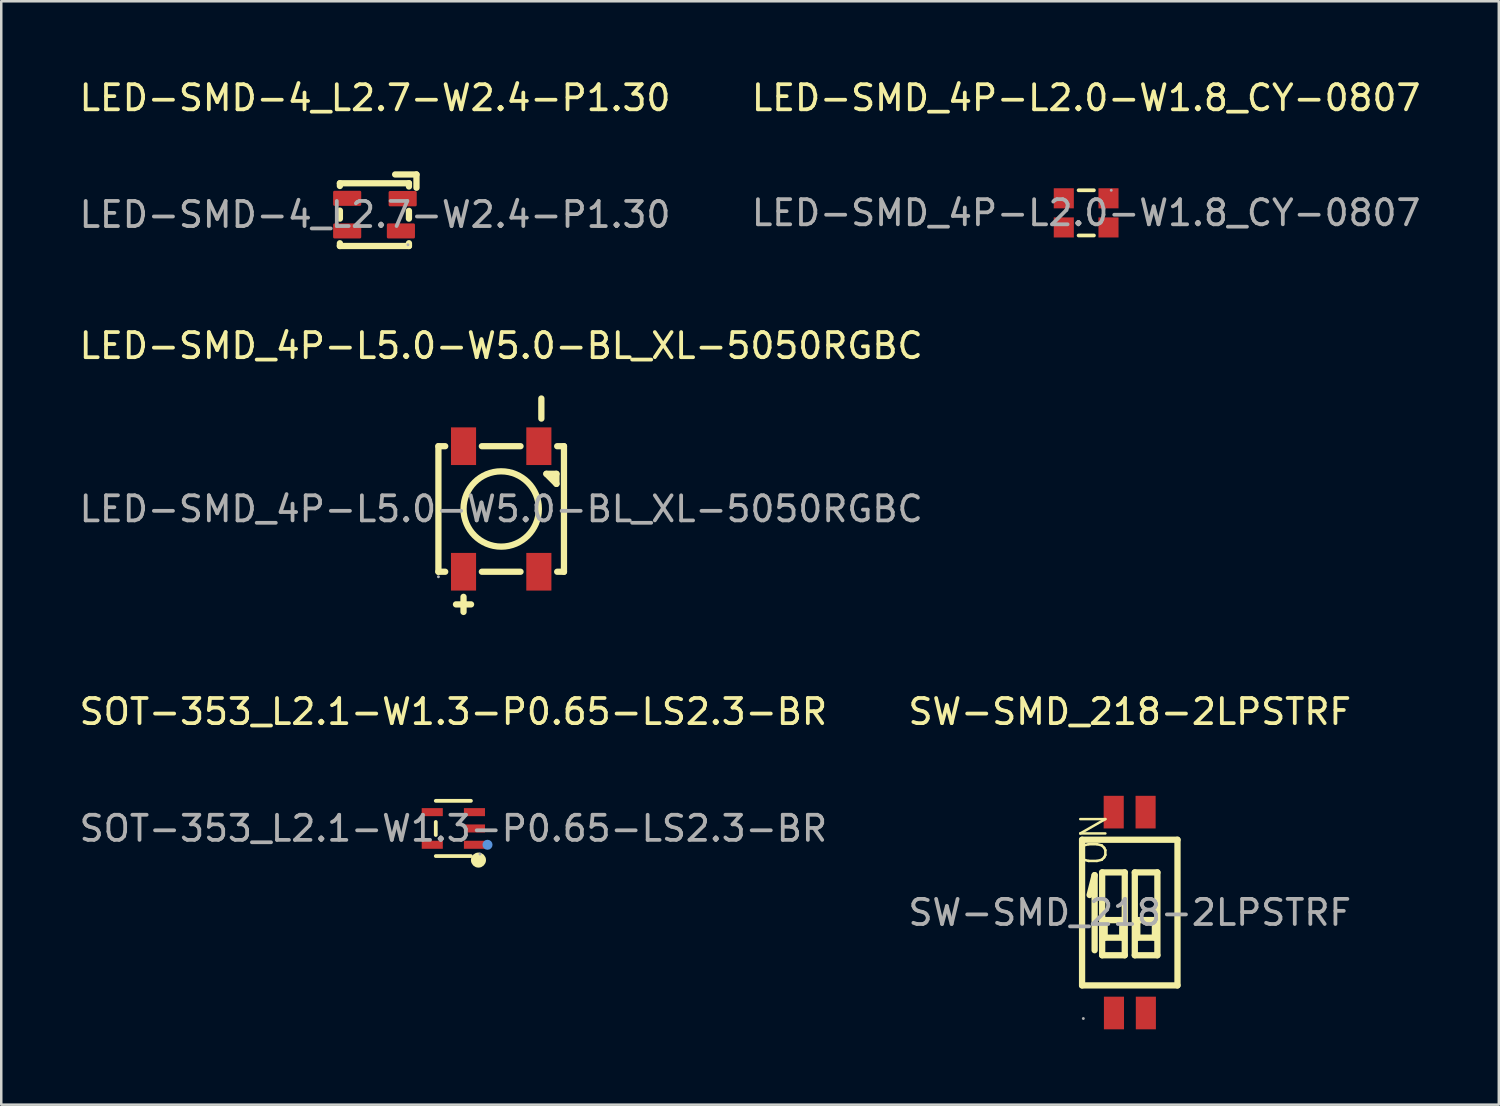
<source format=kicad_pcb>
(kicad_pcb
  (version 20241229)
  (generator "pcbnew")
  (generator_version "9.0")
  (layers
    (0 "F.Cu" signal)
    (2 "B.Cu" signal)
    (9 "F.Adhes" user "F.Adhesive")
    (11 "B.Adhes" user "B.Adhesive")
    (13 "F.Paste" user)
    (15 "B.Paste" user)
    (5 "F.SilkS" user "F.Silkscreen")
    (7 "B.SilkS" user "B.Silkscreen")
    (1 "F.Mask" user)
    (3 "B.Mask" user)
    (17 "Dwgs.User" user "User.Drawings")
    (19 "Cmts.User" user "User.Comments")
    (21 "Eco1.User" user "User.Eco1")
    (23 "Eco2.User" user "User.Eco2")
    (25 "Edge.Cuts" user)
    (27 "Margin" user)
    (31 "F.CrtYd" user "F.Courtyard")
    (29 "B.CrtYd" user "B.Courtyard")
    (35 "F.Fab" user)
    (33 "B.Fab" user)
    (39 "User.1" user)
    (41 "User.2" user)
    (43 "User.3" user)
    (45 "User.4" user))
  (footprint "SW-SMD_218-2LPSTRF"
    (layer "F.Cu")
    (at 41.946 33.295)
    (property "Reference" "SW-SMD_218-2LPSTRF" (at 0 -8 0) (layer "F.SilkS") (effects (font (size 1 1) (thickness 0.15))))
    (attr smd)
    (fp_line (start -1.9 -2.9) (end -1.9 2.9) (stroke (width 0.25) (type solid)) (layer "F.SilkS"))
    (fp_line (start -1.9 2.9) (end 1.9 2.9) (stroke (width 0.25) (type solid)) (layer "F.SilkS"))
    (fp_line (start -1.4 -1.49) (end -1.6 -0.7) (stroke (width 0.25) (type solid)) (layer "F.SilkS"))
    (fp_line (start -1.4 1.5) (end -1.4 -1.49) (stroke (width 0.25) (type solid)) (layer "F.SilkS"))
    (fp_line (start -1.1 -1.6) (end -0.2 -1.6) (stroke (width 0.25) (type solid)) (layer "F.SilkS"))
    (fp_line (start -1.1 1.7) (end -1.1 -1.6) (stroke (width 0.25) (type solid)) (layer "F.SilkS"))
    (fp_line (start -1 0.3) (end -1 1) (stroke (width 0.25) (type solid)) (layer "F.SilkS"))
    (fp_line (start -1 1) (end -0.3 1) (stroke (width 0.25) (type solid)) (layer "F.SilkS"))
    (fp_line (start -0.3 0.3) (end -1 0.3) (stroke (width 0.25) (type solid)) (layer "F.SilkS"))
    (fp_line (start -0.3 1) (end -0.3 0.3) (stroke (width 0.25) (type solid)) (layer "F.SilkS"))
    (fp_line (start -0.2 -1.6) (end -0.2 1.7) (stroke (width 0.25) (type solid)) (layer "F.SilkS"))
    (fp_line (start -0.2 1.7) (end -1.1 1.7) (stroke (width 0.25) (type solid)) (layer "F.SilkS"))
    (fp_line (start 0.2 -1.6) (end 1.1 -1.6) (stroke (width 0.25) (type solid)) (layer "F.SilkS"))
    (fp_line (start 0.2 1.7) (end 0.2 -1.6) (stroke (width 0.25) (type solid)) (layer "F.SilkS"))
    (fp_line (start 0.3 0.3) (end 0.3 1) (stroke (width 0.25) (type solid)) (layer "F.SilkS"))
    (fp_line (start 0.3 1) (end 1 1) (stroke (width 0.25) (type solid)) (layer "F.SilkS"))
    (fp_line (start 1 0.3) (end 0.3 0.3) (stroke (width 0.25) (type solid)) (layer "F.SilkS"))
    (fp_line (start 1 1) (end 1 0.3) (stroke (width 0.25) (type solid)) (layer "F.SilkS"))
    (fp_line (start 1.1 -1.6) (end 1.1 1.7) (stroke (width 0.25) (type solid)) (layer "F.SilkS"))
    (fp_line (start 1.1 1.7) (end 0.2 1.7) (stroke (width 0.25) (type solid)) (layer "F.SilkS"))
    (fp_line (start 1.9 -2.9) (end -1.9 -2.9) (stroke (width 0.25) (type solid)) (layer "F.SilkS"))
    (fp_line (start 1.9 2.9) (end 1.9 -2.9) (stroke (width 0.25) (type solid)) (layer "F.SilkS"))
    (fp_circle (center -1.85 4.22) (end -1.82 4.22) (stroke (width 0.06) (type solid)) (fill no) (layer "F.Fab"))
    (fp_text user "ON" (at -1.43 -1.8 90) (layer "F.SilkS") (effects (font (size 1 1) (thickness 0.1)) (justify left)))
    (fp_text user "${REFERENCE}" (at 0 0 0) (layer "F.Fab") (effects (font (size 1 1) (thickness 0.15))))
    (pad "1" smd rect (at -0.63 4 90) (size 1.3 0.8) (layers "F.Cu" "F.Mask" "F.Paste"))
    (pad "2" smd rect (at 0.64 4 90) (size 1.3 0.8) (layers "F.Cu" "F.Mask" "F.Paste"))
    (pad "3" smd rect (at 0.63 -4 90) (size 1.3 0.8) (layers "F.Cu" "F.Mask" "F.Paste"))
    (pad "4" smd rect (at -0.64 -4 90) (size 1.3 0.8) (layers "F.Cu" "F.Mask" "F.Paste")))
  (footprint "LED-SMD-4_L2.7-W2.4-P1.30"
    (layer "F.Cu")
    (at 11.887 5.498)
    (property "Reference" "LED-SMD-4_L2.7-W2.4-P1.30" (at 0 -4.65 0) (layer "F.SilkS") (effects (font (size 1 1) (thickness 0.15))))
    (attr smd)
    (fp_line (start -1.4 -1.25) (end -1.4 -1.14) (stroke (width 0.25) (type solid)) (layer "F.SilkS"))
    (fp_line (start -1.4 -0.16) (end -1.4 0.16) (stroke (width 0.25) (type solid)) (layer "F.SilkS"))
    (fp_line (start -1.4 1.14) (end -1.4 1.25) (stroke (width 0.25) (type solid)) (layer "F.SilkS"))
    (fp_line (start -1.4 1.25) (end 1.35 1.25) (stroke (width 0.25) (type solid)) (layer "F.SilkS"))
    (fp_line (start 0.8 -1.6) (end 1.65 -1.6) (stroke (width 0.25) (type solid)) (layer "F.SilkS"))
    (fp_line (start 1.35 -1.25) (end -1.4 -1.25) (stroke (width 0.25) (type solid)) (layer "F.SilkS"))
    (fp_line (start 1.35 -1.12) (end 1.35 -1.25) (stroke (width 0.25) (type solid)) (layer "F.SilkS"))
    (fp_line (start 1.35 0.16) (end 1.35 -0.15) (stroke (width 0.25) (type solid)) (layer "F.SilkS"))
    (fp_line (start 1.35 1.25) (end 1.35 1.14) (stroke (width 0.25) (type solid)) (layer "F.SilkS"))
    (fp_line (start 1.65 -1.6) (end 1.65 -1.07) (stroke (width 0.25) (type solid)) (layer "F.SilkS"))
    (fp_circle (center 1.31 1.2) (end 1.34 1.2) (stroke (width 0.06) (type solid)) (fill no) (layer "F.Fab"))
    (fp_text user "${REFERENCE}" (at 0 0 0) (layer "F.Fab") (effects (font (size 1 1) (thickness 0.15))))
    (pad "1" smd custom (at 1.03 0.65) (size 0.01 0.01) (layers "F.Cu" "F.Mask" "F.Paste") (options (anchor circle)) (primitives (gr_poly (pts (xy -0.51 -0.25) (xy 0.51 -0.25) (xy 0.51 0.25) (xy -0.51 0.25)) (width 0.1) (fill yes))))
    (pad "2" smd custom (at 1.11 -0.63) (size 0.01 0.01) (layers "F.Cu" "F.Mask" "F.Paste") (options (anchor circle)) (primitives (gr_poly (pts (xy -0.52 -0.26) (xy 0.5 -0.26) (xy 0.5 0.25) (xy -0.52 0.25)) (width 0.1) (fill yes))))
    (pad "3" smd custom (at -1.11 -0.65) (size 0.01 0.01) (layers "F.Cu" "F.Mask" "F.Paste") (options (anchor circle)) (primitives (gr_poly (pts (xy 0.51 0.25) (xy -0.51 0.25) (xy -0.51 -0.25) (xy 0.51 -0.25)) (width 0.1) (fill yes))))
    (pad "4" smd custom (at -1.11 0.65) (size 0.01 0.01) (layers "F.Cu" "F.Mask" "F.Paste") (options (anchor circle)) (primitives (gr_poly (pts (xy 0.51 0.25) (xy -0.51 0.25) (xy -0.51 -0.25) (xy 0.51 -0.25)) (width 0.1) (fill yes)))))
  (footprint "LED-SMD_4P-L5.0-W5.0-BL_XL-5050RGBC"
    (layer "F.Cu")
    (at 16.911 17.221)
    (property "Reference" "LED-SMD_4P-L5.0-W5.0-BL_XL-5050RGBC" (at 0 -6.5 0) (layer "F.SilkS") (effects (font (size 1 1) (thickness 0.15))))
    (attr smd)
    (fp_line (start -2.5 -2.5) (end -2.23 -2.5) (stroke (width 0.25) (type solid)) (layer "F.SilkS"))
    (fp_line (start -2.5 2.5) (end -2.5 -2.5) (stroke (width 0.25) (type solid)) (layer "F.SilkS"))
    (fp_line (start -2.5 2.5) (end -2.23 2.5) (stroke (width 0.25) (type solid)) (layer "F.SilkS"))
    (fp_line (start -1.8 3.8) (end -1.2 3.8) (stroke (width 0.25) (type solid)) (layer "F.SilkS"))
    (fp_line (start -1.5 4.1) (end -1.5 3.5) (stroke (width 0.25) (type solid)) (layer "F.SilkS"))
    (fp_line (start -0.77 -2.5) (end 0.77 -2.5) (stroke (width 0.25) (type solid)) (layer "F.SilkS"))
    (fp_line (start -0.77 2.5) (end 0.77 2.5) (stroke (width 0.25) (type solid)) (layer "F.SilkS"))
    (fp_line (start 1.6 -4.4) (end 1.6 -3.6) (stroke (width 0.25) (type solid)) (layer "F.SilkS"))
    (fp_line (start 1.8 -1.4) (end 2.2 -1.4) (stroke (width 0.25) (type solid)) (layer "F.SilkS"))
    (fp_line (start 2.2 -1.4) (end 2.2 -1) (stroke (width 0.25) (type solid)) (layer "F.SilkS"))
    (fp_line (start 2.2 -1) (end 1.8 -1.4) (stroke (width 0.25) (type solid)) (layer "F.SilkS"))
    (fp_line (start 2.23 -2.5) (end 2.5 -2.5) (stroke (width 0.25) (type solid)) (layer "F.SilkS"))
    (fp_line (start 2.23 2.5) (end 2.5 2.5) (stroke (width 0.25) (type solid)) (layer "F.SilkS"))
    (fp_line (start 2.5 2.5) (end 2.5 -2.5) (stroke (width 0.25) (type solid)) (layer "F.SilkS"))
    (fp_circle (center 0 0) (end 1.5 0) (stroke (width 0.25) (type solid)) (fill no) (layer "F.SilkS"))
    (fp_circle (center -2.5 2.7) (end -2.47 2.7) (stroke (width 0.06) (type solid)) (fill no) (layer "F.Fab"))
    (fp_text user "${REFERENCE}" (at 0 0 0) (layer "F.Fab") (effects (font (size 1 1) (thickness 0.15))))
    (pad "1" smd rect (at -1.5 2.5 90) (size 1.5 1) (layers "F.Cu" "F.Mask" "F.Paste"))
    (pad "2" smd rect (at 1.5 2.5 90) (size 1.5 1) (layers "F.Cu" "F.Mask" "F.Paste"))
    (pad "3" smd rect (at 1.5 -2.5 90) (size 1.5 1) (layers "F.Cu" "F.Mask" "F.Paste"))
    (pad "4" smd rect (at -1.5 -2.5 90) (size 1.5 1) (layers "F.Cu" "F.Mask" "F.Paste")))
  (footprint "SOT-353_L2.1-W1.3-P0.65-LS2.3-BR"
    (layer "F.Cu")
    (at 15.006 29.945)
    (property "Reference" "SOT-353_L2.1-W1.3-P0.65-LS2.3-BR" (at 0 -4.65 0) (layer "F.SilkS") (effects (font (size 1 1) (thickness 0.15))))
    (attr smd)
    (fp_line (start -0.7 -0.26) (end -0.7 0.26) (stroke (width 0.15) (type solid)) (layer "F.SilkS"))
    (fp_line (start 0.7 -1.1) (end -0.7 -1.1) (stroke (width 0.15) (type solid)) (layer "F.SilkS"))
    (fp_line (start 0.7 1.1) (end -0.7 1.1) (stroke (width 0.15) (type solid)) (layer "F.SilkS"))
    (fp_circle (center 1 1.26) (end 1.15 1.26) (stroke (width 0.3) (type solid)) (fill no) (layer "F.SilkS"))
    (fp_circle (center 1.36 0.65) (end 1.46 0.65) (stroke (width 0.2) (type solid)) (fill no) (layer "Cmts.User"))
    (fp_circle (center 1.06 1.02) (end 1.09 1.02) (stroke (width 0.06) (type solid)) (fill no) (layer "F.Fab"))
    (fp_text user "${REFERENCE}" (at 0 0 0) (layer "F.Fab") (effects (font (size 1 1) (thickness 0.15))))
    (pad "1" smd rect (at 0.84 0.65) (size 0.84 0.32) (layers "F.Cu" "F.Mask" "F.Paste"))
    (pad "2" smd rect (at 0.84 0) (size 0.84 0.32) (layers "F.Cu" "F.Mask" "F.Paste"))
    (pad "3" smd rect (at 0.84 -0.65) (size 0.84 0.32) (layers "F.Cu" "F.Mask" "F.Paste"))
    (pad "4" smd rect (at -0.84 -0.65) (size 0.84 0.32) (layers "F.Cu" "F.Mask" "F.Paste"))
    (pad "5" smd rect (at -0.84 0.65) (size 0.84 0.32) (layers "F.Cu" "F.Mask" "F.Paste")))
  (footprint "LED-SMD_4P-L2.0-W1.8_CY-0807"
    (layer "F.Cu")
    (at 40.208 5.428)
    (property "Reference" "LED-SMD_4P-L2.0-W1.8_CY-0807" (at 0 -4.58 0) (layer "F.SilkS") (effects (font (size 1 1) (thickness 0.15))))
    (attr smd)
    (fp_line (start -0.3 0.9) (end 0.31 0.9) (stroke (width 0.15) (type solid)) (layer "F.SilkS"))
    (fp_line (start 0.31 -0.9) (end -0.3 -0.9) (stroke (width 0.15) (type solid)) (layer "F.SilkS"))
    (fp_circle (center 1 -0.9) (end 1.03 -0.9) (stroke (width 0.06) (type solid)) (fill no) (layer "F.Fab"))
    (fp_text user "${REFERENCE}" (at 0 0 0) (layer "F.Fab") (effects (font (size 1 1) (thickness 0.15))))
    (pad "1" smd rect (at 0.89 -0.58) (size 0.8 0.8) (layers "F.Cu" "F.Mask" "F.Paste"))
    (pad "2" smd rect (at -0.89 -0.58) (size 0.8 0.8) (layers "F.Cu" "F.Mask" "F.Paste"))
    (pad "3" smd rect (at -0.89 0.58) (size 0.8 0.8) (layers "F.Cu" "F.Mask" "F.Paste"))
    (pad "4" smd rect (at 0.89 0.58) (size 0.8 0.8) (layers "F.Cu" "F.Mask" "F.Paste")))
  (gr_rect
    (start -3 -3)
    (end 56.643 40.945)
    (stroke (width 0.1) (type default))
    (fill no)
    (layer "Edge.Cuts")))
</source>
